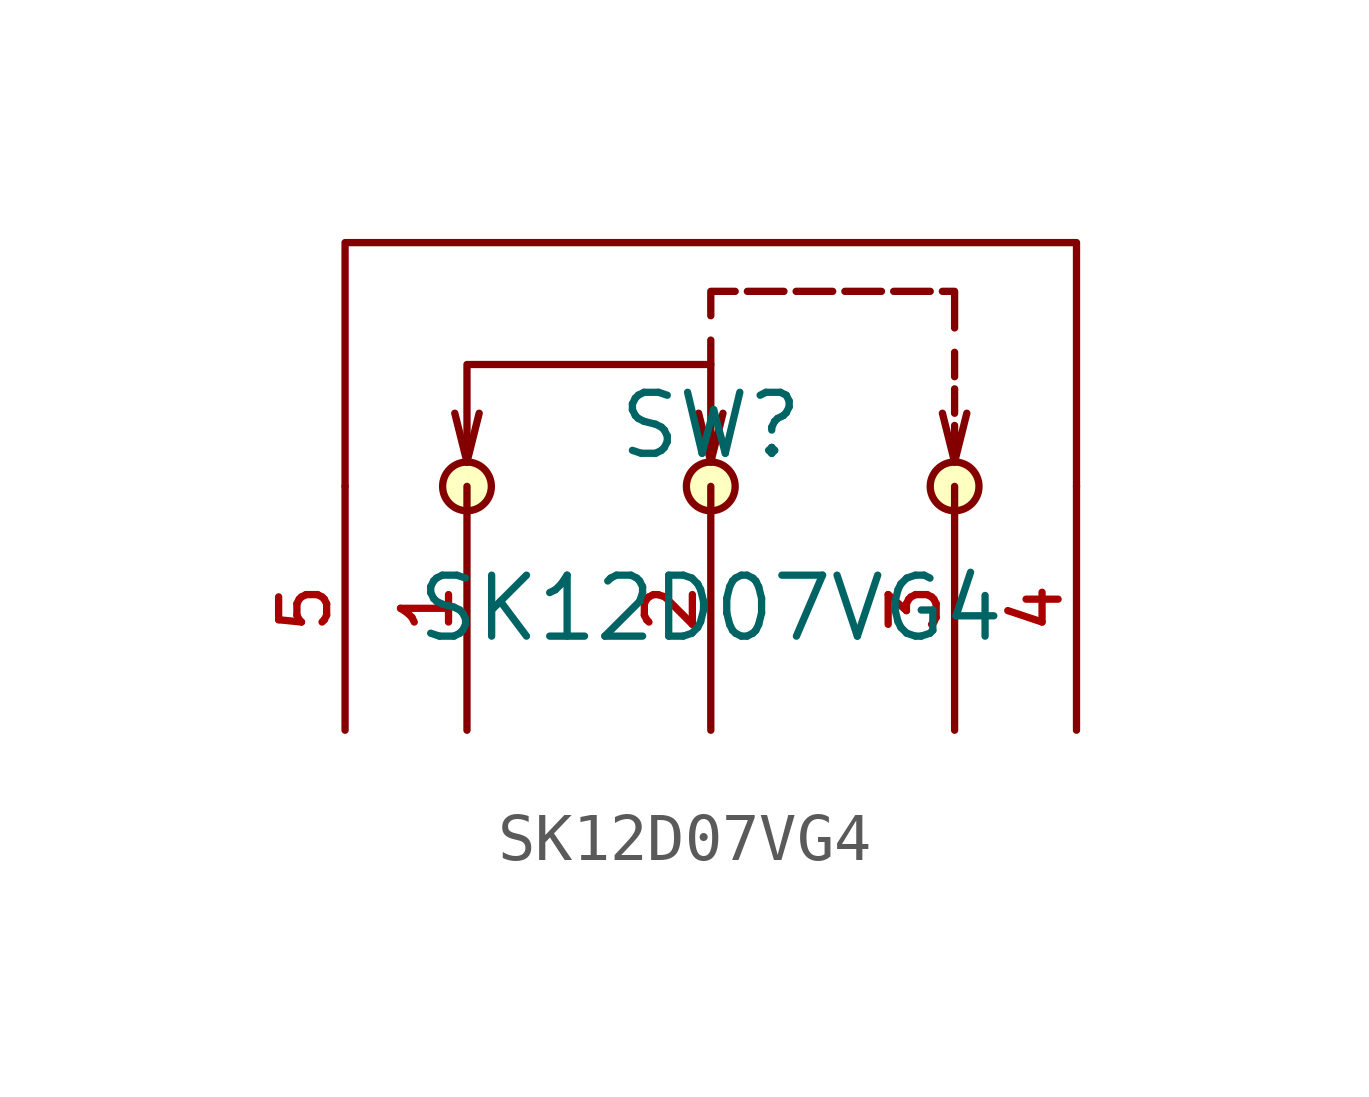
<source format=kicad_sym>
(kicad_symbol_lib
  (version 20210201)
  (generator TousstNicolas/JLC2KiCad_lib)
  (symbol "SK12D07VG4"
    (pin_names hide)
    (property "Reference" "SW"
      (at 0 1.27 0)
      (effects (font (size 1.27 1.27))))
    (property "Value" "SK12D07VG4"
      (at 0 -2.54 0)
      (effects (font (size 1.27 1.27))))
    (symbol "SK12D07VG4_0_1"
      (circle (center -5.08 -0.0) (radius 0.508) (stroke (width 0) (type default) (color 0 0 0 0)) (fill (type background)))
      (circle (center 0.0 -0.0) (radius 0.508) (stroke (width 0) (type default) (color 0 0 0 0)) (fill (type background)))
      (circle (center 5.08 -0.0) (radius 0.508) (stroke (width 0) (type default) (color 0 0 0 0)) (fill (type background)))
      (polyline (pts (xy -5.08 0.508) (xy -5.08 2.54) (xy 0.0 2.54) (xy 0.0 0.508) (xy 0.254 1.524)) (stroke (width 0) (type default) (color 0 0 0 0)) (fill (type none)))
      (polyline (pts (xy 0.0 0.508) (xy -0.254 1.524)) (stroke (width 0) (type default) (color 0 0 0 0)) (fill (type none)))
      (polyline (pts (xy -5.08 0.508) (xy -4.826 1.524) (xy -4.826 1.524)) (stroke (width 0) (type default) (color 0 0 0 0)) (fill (type none)))
      (polyline (pts (xy -5.08 0.508) (xy -5.334 1.524)) (stroke (width 0) (type default) (color 0 0 0 0)) (fill (type none)))
      (polyline (pts (xy 0.0 2.54) (xy 0.0 3.048)) (stroke (width 0) (type default) (color 0 0 0 0)) (fill (type none)))
      (polyline (pts (xy 0.0 3.556) (xy 0.0 4.064) (xy 0.508 4.064)) (stroke (width 0) (type default) (color 0 0 0 0)) (fill (type none)))
      (polyline (pts (xy 0.762 4.064) (xy 1.524 4.064)) (stroke (width 0) (type default) (color 0 0 0 0)) (fill (type none)))
      (polyline (pts (xy 1.778 4.064) (xy 2.54 4.064)) (stroke (width 0) (type default) (color 0 0 0 0)) (fill (type none)))
      (polyline (pts (xy 2.794 4.064) (xy 3.556 4.064)) (stroke (width 0) (type default) (color 0 0 0 0)) (fill (type none)))
      (polyline (pts (xy 3.81 4.064) (xy 4.572 4.064)) (stroke (width 0) (type default) (color 0 0 0 0)) (fill (type none)))
      (polyline (pts (xy 4.826 4.064) (xy 5.08 4.064) (xy 5.08 3.302)) (stroke (width 0) (type default) (color 0 0 0 0)) (fill (type none)))
      (polyline (pts (xy 5.08 2.794) (xy 5.08 2.286)) (stroke (width 0) (type default) (color 0 0 0 0)) (fill (type none)))
      (polyline (pts (xy 5.08 2.032) (xy 5.08 1.524)) (stroke (width 0) (type default) (color 0 0 0 0)) (fill (type none)))
      (polyline (pts (xy 5.08 1.27) (xy 5.08 0.508) (xy 5.334 1.524)) (stroke (width 0) (type default) (color 0 0 0 0)) (fill (type none)))
      (polyline (pts (xy 5.08 0.508) (xy 4.826 1.524)) (stroke (width 0) (type default) (color 0 0 0 0)) (fill (type none)))
      (pin unspecified line (at -5.08 -5.08 90) (length 5.08) (name "1" (effects (font (size 1 1)))) (number "1" (effects (font (size 1 1)))))
      (pin unspecified line (at 0.0 -5.08 90) (length 5.08) (name "2" (effects (font (size 1 1)))) (number "2" (effects (font (size 1 1)))))
      (pin unspecified line (at 5.08 -5.08 90) (length 5.08) (name "3" (effects (font (size 1 1)))) (number "3" (effects (font (size 1 1)))))
      (pin unspecified line (at 7.62 -5.08 90) (length 5.08) (name "4" (effects (font (size 1 1)))) (number "4" (effects (font (size 1 1)))))
      (pin unspecified line (at -7.62 -5.08 90) (length 5.08) (name "5" (effects (font (size 1 1)))) (number "5" (effects (font (size 1 1)))))
      (polyline (pts (xy -7.62 -0.0) (xy -7.62 5.08) (xy 7.62 5.08) (xy 7.62 -0.0)) (stroke (width 0) (type default) (color 0 0 0 0)) (fill (type none))))))
</source>
